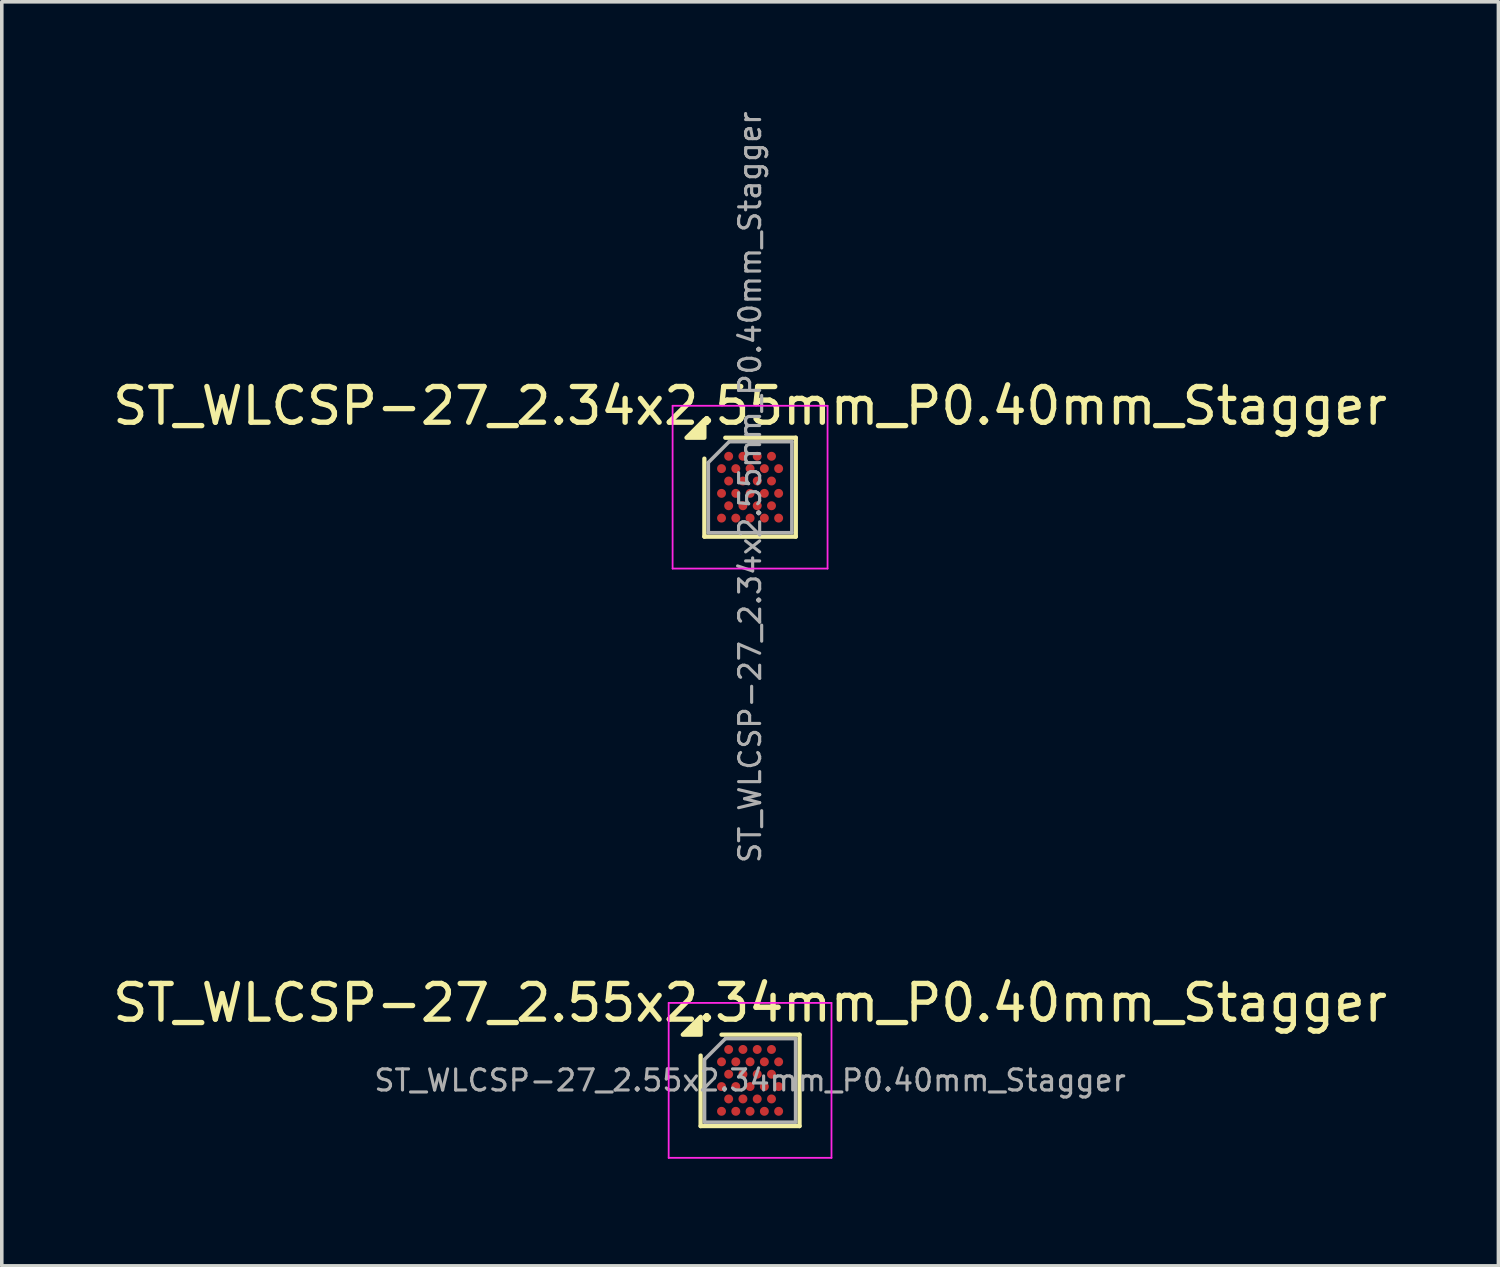
<source format=kicad_pcb>
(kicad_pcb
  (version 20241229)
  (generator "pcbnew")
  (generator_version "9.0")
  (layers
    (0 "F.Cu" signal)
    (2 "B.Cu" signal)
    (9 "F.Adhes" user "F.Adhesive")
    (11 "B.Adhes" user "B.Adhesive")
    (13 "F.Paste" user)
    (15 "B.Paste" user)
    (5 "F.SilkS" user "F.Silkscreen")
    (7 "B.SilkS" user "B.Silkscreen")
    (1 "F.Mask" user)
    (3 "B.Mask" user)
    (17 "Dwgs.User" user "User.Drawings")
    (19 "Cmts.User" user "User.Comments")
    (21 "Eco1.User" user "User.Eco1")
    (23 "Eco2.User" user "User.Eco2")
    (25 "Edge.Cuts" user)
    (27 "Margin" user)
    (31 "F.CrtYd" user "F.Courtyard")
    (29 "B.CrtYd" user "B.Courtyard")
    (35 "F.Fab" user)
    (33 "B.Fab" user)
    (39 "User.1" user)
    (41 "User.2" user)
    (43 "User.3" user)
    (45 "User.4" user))
  (footprint "ST_WLCSP-27_2.55x2.34mm_P0.40mm_Stagger"
    (layer "F.Cu")
    (at 17.958 27.209)
    (property "Reference" "ST_WLCSP-27_2.55x2.34mm_P0.40mm_Stagger" (at 0 -2.17 0) (layer "F.SilkS") (effects (font (size 1 1) (thickness 0.15))))
    (attr smd)
    (fp_line (start -1.385 1.28) (end -1.385 -0.695) (stroke (width 0.12) (type solid)) (layer "F.SilkS"))
    (fp_line (start -0.8 -1.28) (end 1.385 -1.28) (stroke (width 0.12) (type solid)) (layer "F.SilkS"))
    (fp_line (start 1.385 -1.28) (end 1.385 1.28) (stroke (width 0.12) (type solid)) (layer "F.SilkS"))
    (fp_line (start 1.385 1.28) (end -1.385 1.28) (stroke (width 0.12) (type solid)) (layer "F.SilkS"))
    (fp_poly (pts (xy -1.385 -1.28) (xy -1.885 -1.28) (xy -1.385 -1.78) (xy -1.385 -1.28)) (stroke (width 0.12) (type solid)) (fill yes) (layer "F.SilkS"))
    (fp_line (start -2.28 -2.17) (end -2.28 2.17) (stroke (width 0.05) (type solid)) (layer "F.CrtYd"))
    (fp_line (start -2.28 2.17) (end 2.28 2.17) (stroke (width 0.05) (type solid)) (layer "F.CrtYd"))
    (fp_line (start 2.28 -2.17) (end -2.28 -2.17) (stroke (width 0.05) (type solid)) (layer "F.CrtYd"))
    (fp_line (start 2.28 2.17) (end 2.28 -2.17) (stroke (width 0.05) (type solid)) (layer "F.CrtYd"))
    (fp_line (start -1.275 -0.585) (end -0.69 -1.17) (stroke (width 0.1) (type solid)) (layer "F.Fab"))
    (fp_line (start -1.275 1.17) (end -1.275 -0.585) (stroke (width 0.1) (type solid)) (layer "F.Fab"))
    (fp_line (start -0.69 -1.17) (end 1.275 -1.17) (stroke (width 0.1) (type solid)) (layer "F.Fab"))
    (fp_line (start 1.275 -1.17) (end 1.275 1.17) (stroke (width 0.1) (type solid)) (layer "F.Fab"))
    (fp_line (start 1.275 1.17) (end -1.275 1.17) (stroke (width 0.1) (type solid)) (layer "F.Fab"))
    (fp_text user "${REFERENCE}" (at 0 0 0) (layer "F.Fab") (effects (font (size 0.59 0.59) (thickness 0.088))))
    (pad "A2" smd circle (at -0.6 -0.866) (size 0.25 0.25) (property pad_prop_bga) (layers "F.Cu" "F.Mask" "F.Paste"))
    (pad "A4" smd circle (at -0.2 -0.866) (size 0.25 0.25) (property pad_prop_bga) (layers "F.Cu" "F.Mask" "F.Paste"))
    (pad "A6" smd circle (at 0.2 -0.866) (size 0.25 0.25) (property pad_prop_bga) (layers "F.Cu" "F.Mask" "F.Paste"))
    (pad "A8" smd circle (at 0.6 -0.866) (size 0.25 0.25) (property pad_prop_bga) (layers "F.Cu" "F.Mask" "F.Paste"))
    (pad "B1" smd circle (at -0.8 -0.52) (size 0.25 0.25) (property pad_prop_bga) (layers "F.Cu" "F.Mask" "F.Paste"))
    (pad "B3" smd circle (at -0.4 -0.52) (size 0.25 0.25) (property pad_prop_bga) (layers "F.Cu" "F.Mask" "F.Paste"))
    (pad "B5" smd circle (at 0 -0.52) (size 0.25 0.25) (property pad_prop_bga) (layers "F.Cu" "F.Mask" "F.Paste"))
    (pad "B7" smd circle (at 0.4 -0.52) (size 0.25 0.25) (property pad_prop_bga) (layers "F.Cu" "F.Mask" "F.Paste"))
    (pad "B9" smd circle (at 0.8 -0.52) (size 0.25 0.25) (property pad_prop_bga) (layers "F.Cu" "F.Mask" "F.Paste"))
    (pad "C2" smd circle (at -0.6 -0.173) (size 0.25 0.25) (property pad_prop_bga) (layers "F.Cu" "F.Mask" "F.Paste"))
    (pad "C4" smd circle (at -0.2 -0.173) (size 0.25 0.25) (property pad_prop_bga) (layers "F.Cu" "F.Mask" "F.Paste"))
    (pad "C6" smd circle (at 0.2 -0.173) (size 0.25 0.25) (property pad_prop_bga) (layers "F.Cu" "F.Mask" "F.Paste"))
    (pad "C8" smd circle (at 0.6 -0.173) (size 0.25 0.25) (property pad_prop_bga) (layers "F.Cu" "F.Mask" "F.Paste"))
    (pad "D1" smd circle (at -0.8 0.173) (size 0.25 0.25) (property pad_prop_bga) (layers "F.Cu" "F.Mask" "F.Paste"))
    (pad "D3" smd circle (at -0.4 0.173) (size 0.25 0.25) (property pad_prop_bga) (layers "F.Cu" "F.Mask" "F.Paste"))
    (pad "D5" smd circle (at 0 0.173) (size 0.25 0.25) (property pad_prop_bga) (layers "F.Cu" "F.Mask" "F.Paste"))
    (pad "D7" smd circle (at 0.4 0.173) (size 0.25 0.25) (property pad_prop_bga) (layers "F.Cu" "F.Mask" "F.Paste"))
    (pad "D9" smd circle (at 0.8 0.173) (size 0.25 0.25) (property pad_prop_bga) (layers "F.Cu" "F.Mask" "F.Paste"))
    (pad "E2" smd circle (at -0.6 0.52) (size 0.25 0.25) (property pad_prop_bga) (layers "F.Cu" "F.Mask" "F.Paste"))
    (pad "E4" smd circle (at -0.2 0.52) (size 0.25 0.25) (property pad_prop_bga) (layers "F.Cu" "F.Mask" "F.Paste"))
    (pad "E6" smd circle (at 0.2 0.52) (size 0.25 0.25) (property pad_prop_bga) (layers "F.Cu" "F.Mask" "F.Paste"))
    (pad "E8" smd circle (at 0.6 0.52) (size 0.25 0.25) (property pad_prop_bga) (layers "F.Cu" "F.Mask" "F.Paste"))
    (pad "F1" smd circle (at -0.8 0.866) (size 0.25 0.25) (property pad_prop_bga) (layers "F.Cu" "F.Mask" "F.Paste"))
    (pad "F3" smd circle (at -0.4 0.866) (size 0.25 0.25) (property pad_prop_bga) (layers "F.Cu" "F.Mask" "F.Paste"))
    (pad "F5" smd circle (at 0 0.866) (size 0.25 0.25) (property pad_prop_bga) (layers "F.Cu" "F.Mask" "F.Paste"))
    (pad "F7" smd circle (at 0.4 0.866) (size 0.25 0.25) (property pad_prop_bga) (layers "F.Cu" "F.Mask" "F.Paste"))
    (pad "F9" smd circle (at 0.8 0.866) (size 0.25 0.25) (property pad_prop_bga) (layers "F.Cu" "F.Mask" "F.Paste")))
  (footprint "ST_WLCSP-27_2.34x2.55mm_P0.40mm_Stagger"
    (layer "F.Cu")
    (at 17.958 10.595)
    (property "Reference" "ST_WLCSP-27_2.34x2.55mm_P0.40mm_Stagger" (at 0 -2.275 0) (layer "F.SilkS") (effects (font (size 1 1) (thickness 0.15))))
    (attr smd)
    (fp_line (start -1.28 1.385) (end -1.28 -0.8) (stroke (width 0.12) (type solid)) (layer "F.SilkS"))
    (fp_line (start -0.695 -1.385) (end 1.28 -1.385) (stroke (width 0.12) (type solid)) (layer "F.SilkS"))
    (fp_line (start 1.28 -1.385) (end 1.28 1.385) (stroke (width 0.12) (type solid)) (layer "F.SilkS"))
    (fp_line (start 1.28 1.385) (end -1.28 1.385) (stroke (width 0.12) (type solid)) (layer "F.SilkS"))
    (fp_poly (pts (xy -1.28 -1.385) (xy -1.78 -1.385) (xy -1.28 -1.885) (xy -1.28 -1.385)) (stroke (width 0.12) (type solid)) (fill yes) (layer "F.SilkS"))
    (fp_line (start -2.17 -2.28) (end -2.17 2.28) (stroke (width 0.05) (type solid)) (layer "F.CrtYd"))
    (fp_line (start -2.17 2.28) (end 2.17 2.28) (stroke (width 0.05) (type solid)) (layer "F.CrtYd"))
    (fp_line (start 2.17 -2.28) (end -2.17 -2.28) (stroke (width 0.05) (type solid)) (layer "F.CrtYd"))
    (fp_line (start 2.17 2.28) (end 2.17 -2.28) (stroke (width 0.05) (type solid)) (layer "F.CrtYd"))
    (fp_line (start -1.17 -0.69) (end -0.585 -1.275) (stroke (width 0.1) (type solid)) (layer "F.Fab"))
    (fp_line (start -1.17 1.275) (end -1.17 -0.69) (stroke (width 0.1) (type solid)) (layer "F.Fab"))
    (fp_line (start -0.585 -1.275) (end 1.17 -1.275) (stroke (width 0.1) (type solid)) (layer "F.Fab"))
    (fp_line (start 1.17 -1.275) (end 1.17 1.275) (stroke (width 0.1) (type solid)) (layer "F.Fab"))
    (fp_line (start 1.17 1.275) (end -1.17 1.275) (stroke (width 0.1) (type solid)) (layer "F.Fab"))
    (fp_text user "${REFERENCE}" (at 0 0 270) (layer "F.Fab") (effects (font (size 0.59 0.59) (thickness 0.088))))
    (pad "A2" smd circle (at -0.6 -0.866) (size 0.25 0.25) (property pad_prop_bga) (layers "F.Cu" "F.Mask" "F.Paste"))
    (pad "A4" smd circle (at -0.2 -0.866) (size 0.25 0.25) (property pad_prop_bga) (layers "F.Cu" "F.Mask" "F.Paste"))
    (pad "A6" smd circle (at 0.2 -0.866) (size 0.25 0.25) (property pad_prop_bga) (layers "F.Cu" "F.Mask" "F.Paste"))
    (pad "A8" smd circle (at 0.6 -0.866) (size 0.25 0.25) (property pad_prop_bga) (layers "F.Cu" "F.Mask" "F.Paste"))
    (pad "B1" smd circle (at -0.8 -0.52) (size 0.25 0.25) (property pad_prop_bga) (layers "F.Cu" "F.Mask" "F.Paste"))
    (pad "B3" smd circle (at -0.4 -0.52) (size 0.25 0.25) (property pad_prop_bga) (layers "F.Cu" "F.Mask" "F.Paste"))
    (pad "B5" smd circle (at 0 -0.52) (size 0.25 0.25) (property pad_prop_bga) (layers "F.Cu" "F.Mask" "F.Paste"))
    (pad "B7" smd circle (at 0.4 -0.52) (size 0.25 0.25) (property pad_prop_bga) (layers "F.Cu" "F.Mask" "F.Paste"))
    (pad "B9" smd circle (at 0.8 -0.52) (size 0.25 0.25) (property pad_prop_bga) (layers "F.Cu" "F.Mask" "F.Paste"))
    (pad "C2" smd circle (at -0.6 -0.173) (size 0.25 0.25) (property pad_prop_bga) (layers "F.Cu" "F.Mask" "F.Paste"))
    (pad "C4" smd circle (at -0.2 -0.173) (size 0.25 0.25) (property pad_prop_bga) (layers "F.Cu" "F.Mask" "F.Paste"))
    (pad "C6" smd circle (at 0.2 -0.173) (size 0.25 0.25) (property pad_prop_bga) (layers "F.Cu" "F.Mask" "F.Paste"))
    (pad "C8" smd circle (at 0.6 -0.173) (size 0.25 0.25) (property pad_prop_bga) (layers "F.Cu" "F.Mask" "F.Paste"))
    (pad "D1" smd circle (at -0.8 0.173) (size 0.25 0.25) (property pad_prop_bga) (layers "F.Cu" "F.Mask" "F.Paste"))
    (pad "D3" smd circle (at -0.4 0.173) (size 0.25 0.25) (property pad_prop_bga) (layers "F.Cu" "F.Mask" "F.Paste"))
    (pad "D5" smd circle (at 0 0.173) (size 0.25 0.25) (property pad_prop_bga) (layers "F.Cu" "F.Mask" "F.Paste"))
    (pad "D7" smd circle (at 0.4 0.173) (size 0.25 0.25) (property pad_prop_bga) (layers "F.Cu" "F.Mask" "F.Paste"))
    (pad "D9" smd circle (at 0.8 0.173) (size 0.25 0.25) (property pad_prop_bga) (layers "F.Cu" "F.Mask" "F.Paste"))
    (pad "E2" smd circle (at -0.6 0.52) (size 0.25 0.25) (property pad_prop_bga) (layers "F.Cu" "F.Mask" "F.Paste"))
    (pad "E4" smd circle (at -0.2 0.52) (size 0.25 0.25) (property pad_prop_bga) (layers "F.Cu" "F.Mask" "F.Paste"))
    (pad "E6" smd circle (at 0.2 0.52) (size 0.25 0.25) (property pad_prop_bga) (layers "F.Cu" "F.Mask" "F.Paste"))
    (pad "E8" smd circle (at 0.6 0.52) (size 0.25 0.25) (property pad_prop_bga) (layers "F.Cu" "F.Mask" "F.Paste"))
    (pad "F1" smd circle (at -0.8 0.866) (size 0.25 0.25) (property pad_prop_bga) (layers "F.Cu" "F.Mask" "F.Paste"))
    (pad "F3" smd circle (at -0.4 0.866) (size 0.25 0.25) (property pad_prop_bga) (layers "F.Cu" "F.Mask" "F.Paste"))
    (pad "F5" smd circle (at 0 0.866) (size 0.25 0.25) (property pad_prop_bga) (layers "F.Cu" "F.Mask" "F.Paste"))
    (pad "F7" smd circle (at 0.4 0.866) (size 0.25 0.25) (property pad_prop_bga) (layers "F.Cu" "F.Mask" "F.Paste"))
    (pad "F9" smd circle (at 0.8 0.866) (size 0.25 0.25) (property pad_prop_bga) (layers "F.Cu" "F.Mask" "F.Paste")))
  (gr_rect
    (start -3 -3)
    (end 38.917 32.404)
    (stroke (width 0.1) (type default))
    (fill no)
    (layer "Edge.Cuts")))
</source>
